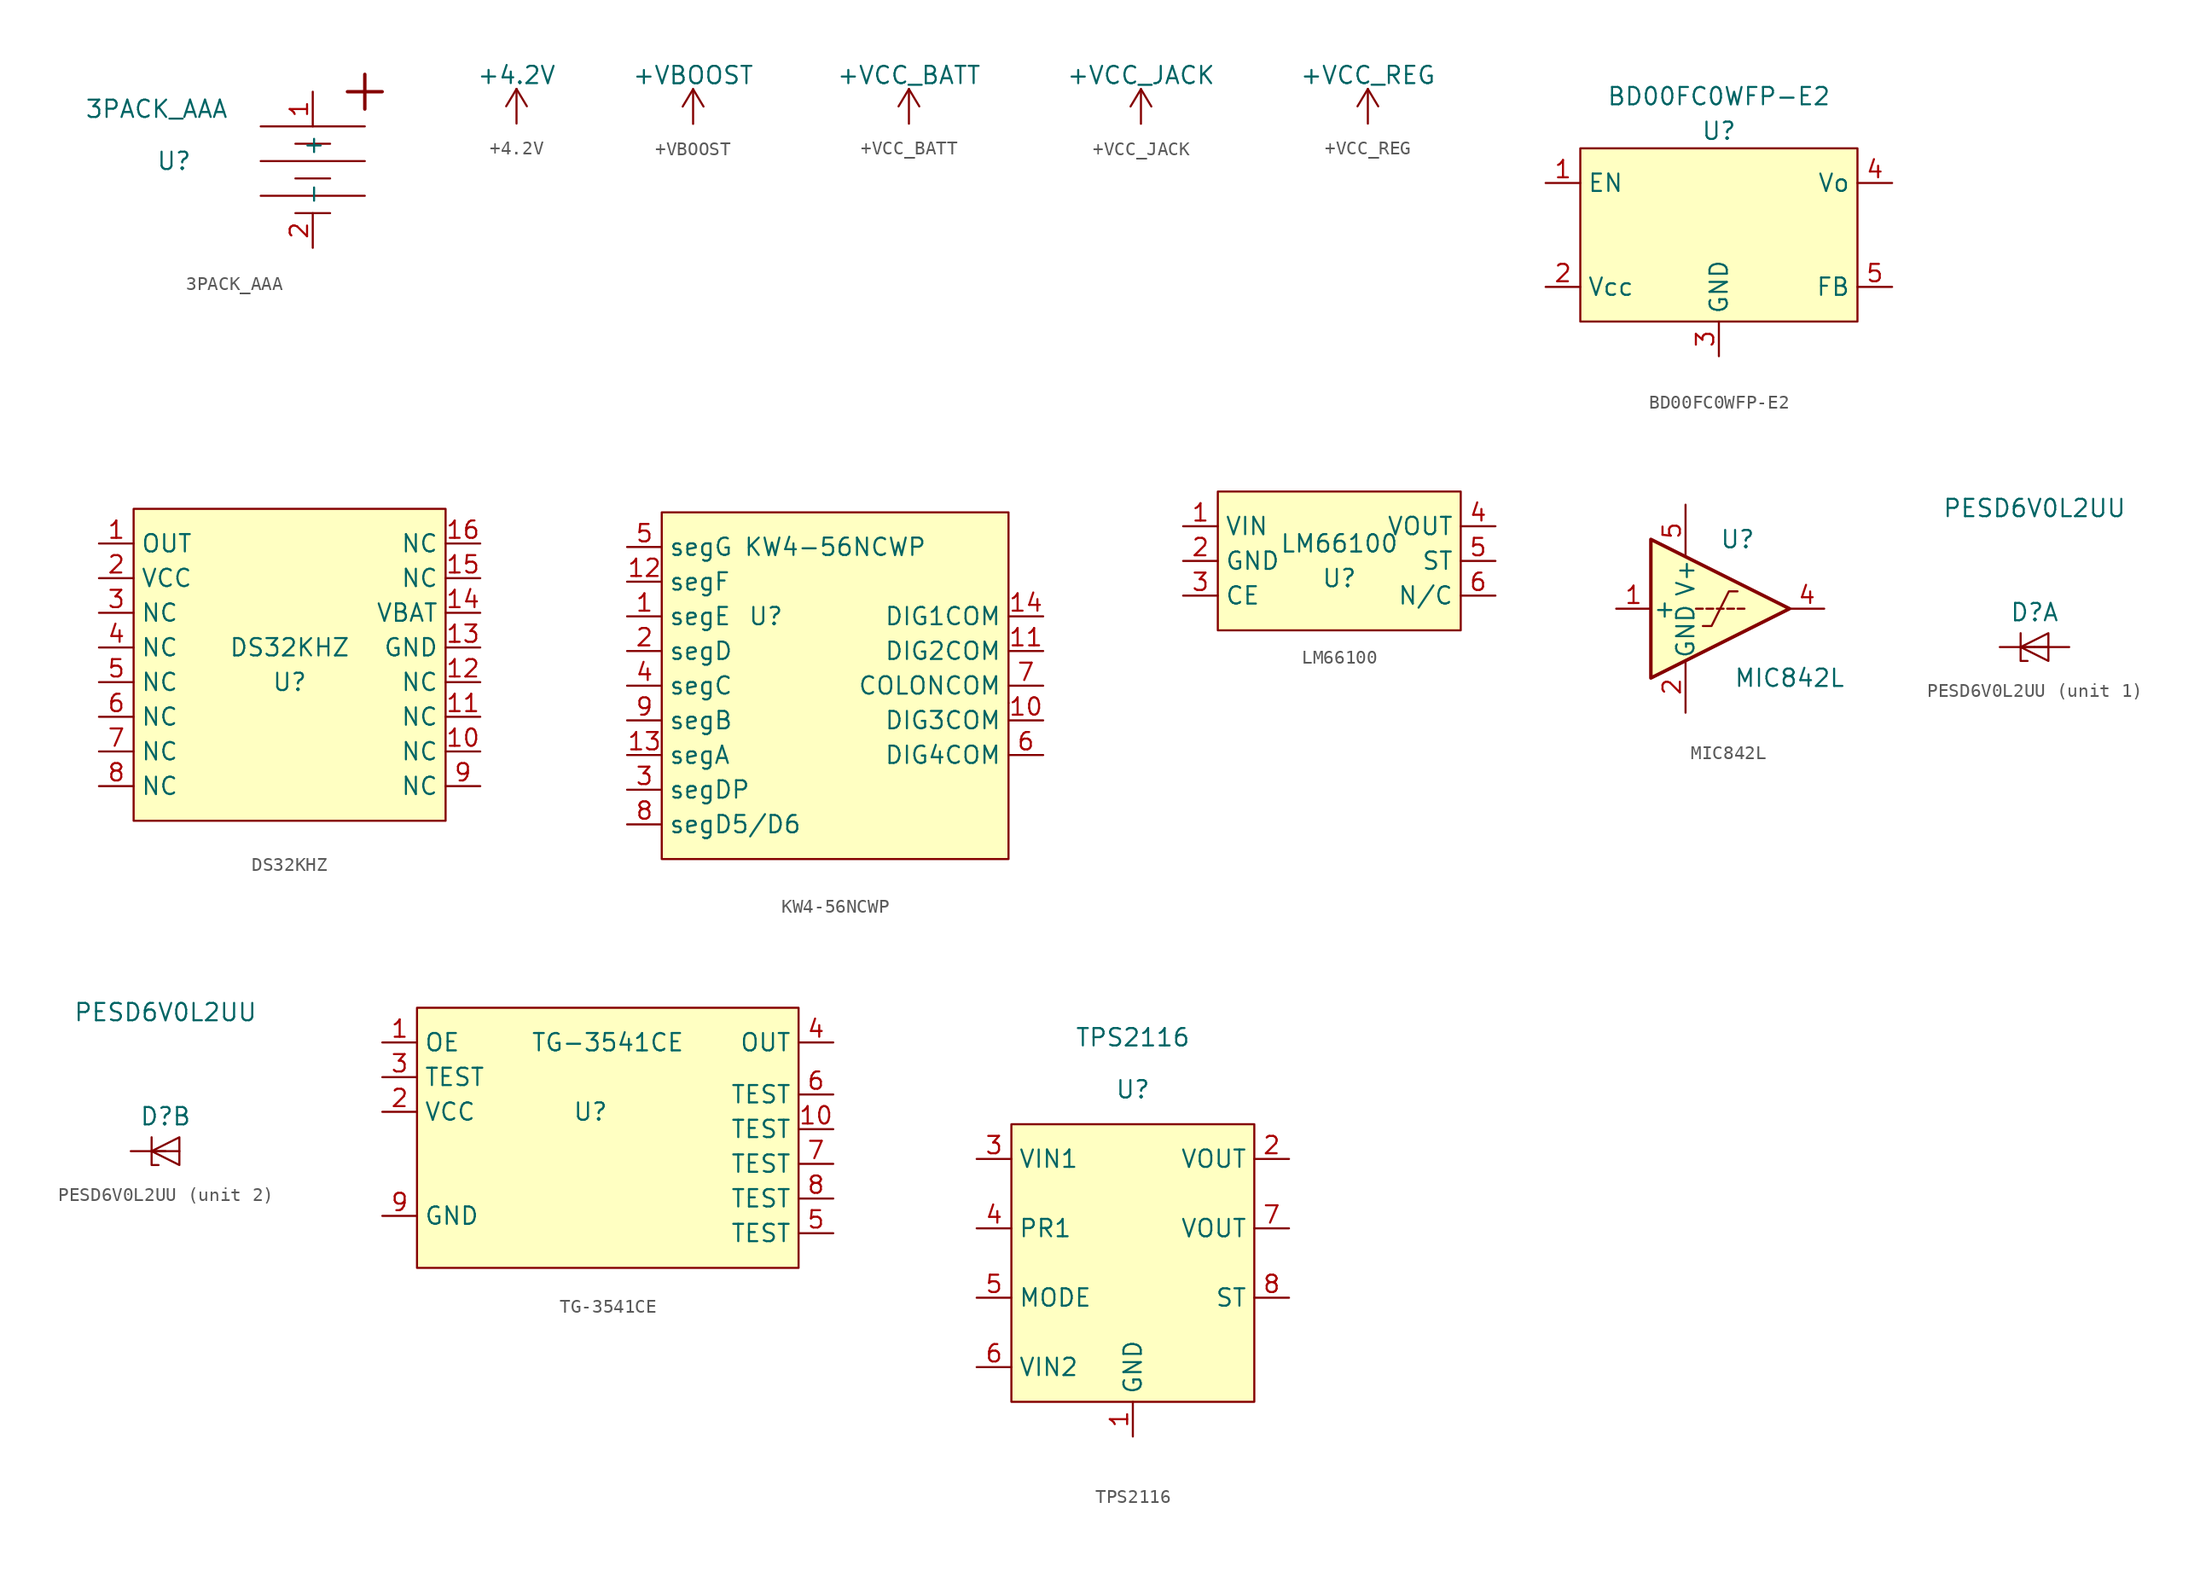
<source format=kicad_sym>
(kicad_symbol_lib
  (version 20211014)
  (generator kicad_symbol_editor)
  (symbol "3PACK_AAA"
    (property "Reference" "U"
      (at -5.08 -1.27 0)
      (effects (font (size 1.27 1.27))))
    (property "Value" "3PACK_AAA"
      (at -6.35 2.54 0)
      (effects (font (size 1.27 1.27))))
    (symbol "3PACK_AAA_0_1"
      (polyline (pts (xy 1.27 -3.81) (xy 8.89 -3.81)) (stroke (width 0) (type default) (color 0 0 0 0)) (fill (type none)))
      (polyline (pts (xy 1.27 -1.27) (xy 8.89 -1.27)) (stroke (width 0) (type default) (color 0 0 0 0)) (fill (type none)))
      (polyline (pts (xy 1.27 1.27) (xy 8.89 1.27)) (stroke (width 0) (type default) (color 0 0 0 0)) (fill (type none)))
      (polyline (pts (xy 3.81 -5.08) (xy 6.35 -5.08)) (stroke (width 0) (type default) (color 0 0 0 0)) (fill (type none)))
      (polyline (pts (xy 3.81 -2.54) (xy 6.35 -2.54)) (stroke (width 0) (type default) (color 0 0 0 0)) (fill (type none)))
      (polyline (pts (xy 3.81 0) (xy 6.35 0)) (stroke (width 0) (type default) (color 0 0 0 0)) (fill (type none)))
      (polyline (pts (xy 7.62 3.81) (xy 10.16 3.81)) (stroke (width 0.25) (type default) (color 0 0 0 0)) (fill (type none)))
      (polyline (pts (xy 8.89 2.54) (xy 8.89 5.08)) (stroke (width 0.25) (type default) (color 0 0 0 0)) (fill (type none))))
    (symbol "3PACK_AAA_1_1"
      (pin power_out line (at 5.08 3.81 270) (length 2.54) (name "+" (effects (font (size 1.27 1.27)))) (number "1" (effects (font (size 1.27 1.27)))))
      (pin passive line (at 5.08 -7.62 90) (length 2.54) (name "-" (effects (font (size 1.27 1.27)))) (number "2" (effects (font (size 1.27 1.27)))))))
  (symbol "+4.2V"
    (power)
    (pin_names
      (offset 0))
    (property "Reference" "#PWR"
      (at 0 -3.81 0)
      (effects (font (size 1.27 1.27)) hide))
    (property "Value" "+4.2V"
      (at 0 3.556 0)
      (effects (font (size 1.27 1.27))))
    (symbol "+4.2V_0_1"
      (polyline (pts (xy -0.762 1.27) (xy 0 2.54)) (stroke (width 0) (type default) (color 0 0 0 0)) (fill (type none)))
      (polyline (pts (xy 0 0) (xy 0 2.54)) (stroke (width 0) (type default) (color 0 0 0 0)) (fill (type none)))
      (polyline (pts (xy 0 2.54) (xy 0.762 1.27)) (stroke (width 0) (type default) (color 0 0 0 0)) (fill (type none))))
    (symbol "+4.2V_1_1"
      (pin power_in line (at 0 0 90) (length 0) hide (name "+4V" (effects (font (size 1.27 1.27)))) (number "1" (effects (font (size 1.27 1.27)))))))
  (symbol "+VBOOST"
    (power)
    (pin_names
      (offset 0))
    (property "Reference" "#PWR"
      (at 0 -3.81 0)
      (effects (font (size 1.27 1.27)) hide))
    (property "Value" "+VBOOST"
      (at 0 3.556 0)
      (effects (font (size 1.27 1.27))))
    (symbol "+VBOOST_0_1"
      (polyline (pts (xy -0.762 1.27) (xy 0 2.54)) (stroke (width 0) (type default) (color 0 0 0 0)) (fill (type none)))
      (polyline (pts (xy 0 0) (xy 0 2.54)) (stroke (width 0) (type default) (color 0 0 0 0)) (fill (type none)))
      (polyline (pts (xy 0 2.54) (xy 0.762 1.27)) (stroke (width 0) (type default) (color 0 0 0 0)) (fill (type none))))
    (symbol "+VBOOST_1_1"
      (pin power_in line (at 0 0 90) (length 0) hide (name "+4V" (effects (font (size 1.27 1.27)))) (number "1" (effects (font (size 1.27 1.27)))))))
  (symbol "+VCC_BATT"
    (power)
    (pin_names
      (offset 0))
    (property "Reference" "#PWR"
      (at 0 -3.81 0)
      (effects (font (size 1.27 1.27)) hide))
    (property "Value" "+VCC_BATT"
      (at 0 3.556 0)
      (effects (font (size 1.27 1.27))))
    (symbol "+VCC_BATT_0_1"
      (polyline (pts (xy -0.762 1.27) (xy 0 2.54)) (stroke (width 0) (type default) (color 0 0 0 0)) (fill (type none)))
      (polyline (pts (xy 0 0) (xy 0 2.54)) (stroke (width 0) (type default) (color 0 0 0 0)) (fill (type none)))
      (polyline (pts (xy 0 2.54) (xy 0.762 1.27)) (stroke (width 0) (type default) (color 0 0 0 0)) (fill (type none))))
    (symbol "+VCC_BATT_1_1"
      (pin power_in line (at 0 0 90) (length 0) hide (name "+VCC_BATT" (effects (font (size 1.27 1.27)))) (number "1" (effects (font (size 1.27 1.27)))))))
  (symbol "+VCC_JACK"
    (power)
    (pin_names
      (offset 0))
    (property "Reference" "#PWR"
      (at 0 -3.81 0)
      (effects (font (size 1.27 1.27)) hide))
    (property "Value" "+VCC_JACK"
      (at 0 3.556 0)
      (effects (font (size 1.27 1.27))))
    (symbol "+VCC_JACK_0_1"
      (polyline (pts (xy -0.762 1.27) (xy 0 2.54)) (stroke (width 0) (type default) (color 0 0 0 0)) (fill (type none)))
      (polyline (pts (xy 0 0) (xy 0 2.54)) (stroke (width 0) (type default) (color 0 0 0 0)) (fill (type none)))
      (polyline (pts (xy 0 2.54) (xy 0.762 1.27)) (stroke (width 0) (type default) (color 0 0 0 0)) (fill (type none))))
    (symbol "+VCC_JACK_1_1"
      (pin power_in line (at 0 0 90) (length 0) hide (name "+VCC_JACK" (effects (font (size 1.27 1.27)))) (number "1" (effects (font (size 1.27 1.27)))))))
  (symbol "+VCC_REG"
    (power)
    (pin_names
      (offset 0))
    (property "Reference" "#PWR"
      (at 0 -3.81 0)
      (effects (font (size 1.27 1.27)) hide))
    (property "Value" "+VCC_REG"
      (at 0 3.556 0)
      (effects (font (size 1.27 1.27))))
    (symbol "+VCC_REG_0_1"
      (polyline (pts (xy -0.762 1.27) (xy 0 2.54)) (stroke (width 0) (type default) (color 0 0 0 0)) (fill (type none)))
      (polyline (pts (xy 0 0) (xy 0 2.54)) (stroke (width 0) (type default) (color 0 0 0 0)) (fill (type none)))
      (polyline (pts (xy 0 2.54) (xy 0.762 1.27)) (stroke (width 0) (type default) (color 0 0 0 0)) (fill (type none))))
    (symbol "+VCC_REG_1_1"
      (pin power_in line (at 0 0 90) (length 0) hide (name "+VCC_REG" (effects (font (size 1.27 1.27)))) (number "1" (effects (font (size 1.27 1.27)))))))
  (symbol "BD00FC0WFP-E2"
    (property "Reference" "U"
      (at 0 10.16 0)
      (effects (font (size 1.27 1.27))))
    (property "Value" "BD00FC0WFP-E2"
      (at 0 12.7 0)
      (effects (font (size 1.27 1.27))))
    (symbol "BD00FC0WFP-E2_0_1"
      (rectangle (start -10.16 8.89) (end 10.16 -3.81) (stroke (width 0) (type default) (color 0 0 0 0)) (fill (type background))))
    (symbol "BD00FC0WFP-E2_1_1"
      (pin input line (at -12.7 6.35 0) (length 2.54) (name "EN" (effects (font (size 1.27 1.27)))) (number "1" (effects (font (size 1.27 1.27)))))
      (pin input line (at -12.7 -1.27 0) (length 2.54) (name "Vcc" (effects (font (size 1.27 1.27)))) (number "2" (effects (font (size 1.27 1.27)))))
      (pin input line (at 0 -6.35 90) (length 2.54) (name "GND" (effects (font (size 1.27 1.27)))) (number "3" (effects (font (size 1.27 1.27)))))
      (pin output line (at 12.7 6.35 180) (length 2.54) (name "Vo" (effects (font (size 1.27 1.27)))) (number "4" (effects (font (size 1.27 1.27)))))
      (pin output line (at 12.7 -1.27 180) (length 2.54) (name "FB" (effects (font (size 1.27 1.27)))) (number "5" (effects (font (size 1.27 1.27)))))))
  (symbol "DS32KHZ"
    (property "Reference" "U"
      (at 0 -5.08 0)
      (effects (font (size 1.27 1.27))))
    (property "Value" "DS32KHZ"
      (at 0 -2.54 0)
      (effects (font (size 1.27 1.27))))
    (symbol "DS32KHZ_0_1"
      (rectangle (start -11.43 7.62) (end 11.43 -15.24) (stroke (width 0) (type default) (color 0 0 0 0)) (fill (type background))))
    (symbol "DS32KHZ_1_1"
      (pin output line (at -13.97 5.08 0) (length 2.54) (name "OUT" (effects (font (size 1.27 1.27)))) (number "1" (effects (font (size 1.27 1.27)))))
      (pin passive line (at 13.97 -10.16 180) (length 2.54) (name "NC" (effects (font (size 1.27 1.27)))) (number "10" (effects (font (size 1.27 1.27)))))
      (pin passive line (at 13.97 -7.62 180) (length 2.54) (name "NC" (effects (font (size 1.27 1.27)))) (number "11" (effects (font (size 1.27 1.27)))))
      (pin passive line (at 13.97 -5.08 180) (length 2.54) (name "NC" (effects (font (size 1.27 1.27)))) (number "12" (effects (font (size 1.27 1.27)))))
      (pin power_in line (at 13.97 -2.54 180) (length 2.54) (name "GND" (effects (font (size 1.27 1.27)))) (number "13" (effects (font (size 1.27 1.27)))))
      (pin power_in line (at 13.97 0 180) (length 2.54) (name "VBAT" (effects (font (size 1.27 1.27)))) (number "14" (effects (font (size 1.27 1.27)))))
      (pin passive line (at 13.97 2.54 180) (length 2.54) (name "NC" (effects (font (size 1.27 1.27)))) (number "15" (effects (font (size 1.27 1.27)))))
      (pin passive line (at 13.97 5.08 180) (length 2.54) (name "NC" (effects (font (size 1.27 1.27)))) (number "16" (effects (font (size 1.27 1.27)))))
      (pin power_in line (at -13.97 2.54 0) (length 2.54) (name "VCC" (effects (font (size 1.27 1.27)))) (number "2" (effects (font (size 1.27 1.27)))))
      (pin passive line (at -13.97 0 0) (length 2.54) (name "NC" (effects (font (size 1.27 1.27)))) (number "3" (effects (font (size 1.27 1.27)))))
      (pin passive line (at -13.97 -2.54 0) (length 2.54) (name "NC" (effects (font (size 1.27 1.27)))) (number "4" (effects (font (size 1.27 1.27)))))
      (pin passive line (at -13.97 -5.08 0) (length 2.54) (name "NC" (effects (font (size 1.27 1.27)))) (number "5" (effects (font (size 1.27 1.27)))))
      (pin passive line (at -13.97 -7.62 0) (length 2.54) (name "NC" (effects (font (size 1.27 1.27)))) (number "6" (effects (font (size 1.27 1.27)))))
      (pin passive line (at -13.97 -10.16 0) (length 2.54) (name "NC" (effects (font (size 1.27 1.27)))) (number "7" (effects (font (size 1.27 1.27)))))
      (pin passive line (at -13.97 -12.7 0) (length 2.54) (name "NC" (effects (font (size 1.27 1.27)))) (number "8" (effects (font (size 1.27 1.27)))))
      (pin passive line (at 13.97 -12.7 180) (length 2.54) (name "NC" (effects (font (size 1.27 1.27)))) (number "9" (effects (font (size 1.27 1.27)))))))
  (symbol "KW4-56NCWP"
    (property "Reference" "U"
      (at -5.08 3.81 0)
      (effects (font (size 1.27 1.27))))
    (property "Value" "KW4-56NCWP"
      (at 0 8.89 0)
      (effects (font (size 1.27 1.27))))
    (symbol "KW4-56NCWP_0_1"
      (rectangle (start -12.7 11.43) (end 12.7 -13.97) (stroke (width 0) (type default) (color 0 0 0 0)) (fill (type background)))
      (rectangle (start 12.7 -2.54) (end 12.7 -2.54) (stroke (width 0) (type default) (color 0 0 0 0)) (fill (type none))))
    (symbol "KW4-56NCWP_1_1"
      (pin input line (at -15.24 3.81 0) (length 2.54) (name "segE" (effects (font (size 1.27 1.27)))) (number "1" (effects (font (size 1.27 1.27)))))
      (pin input line (at 15.24 -3.81 180) (length 2.54) (name "DIG3COM" (effects (font (size 1.27 1.27)))) (number "10" (effects (font (size 1.27 1.27)))))
      (pin input line (at 15.24 1.27 180) (length 2.54) (name "DIG2COM" (effects (font (size 1.27 1.27)))) (number "11" (effects (font (size 1.27 1.27)))))
      (pin input line (at -15.24 6.35 0) (length 2.54) (name "segF" (effects (font (size 1.27 1.27)))) (number "12" (effects (font (size 1.27 1.27)))))
      (pin input line (at -15.24 -6.35 0) (length 2.54) (name "segA" (effects (font (size 1.27 1.27)))) (number "13" (effects (font (size 1.27 1.27)))))
      (pin input line (at 15.24 3.81 180) (length 2.54) (name "DIG1COM" (effects (font (size 1.27 1.27)))) (number "14" (effects (font (size 1.27 1.27)))))
      (pin input line (at -15.24 1.27 0) (length 2.54) (name "segD" (effects (font (size 1.27 1.27)))) (number "2" (effects (font (size 1.27 1.27)))))
      (pin input line (at -15.24 -8.89 0) (length 2.54) (name "segDP" (effects (font (size 1.27 1.27)))) (number "3" (effects (font (size 1.27 1.27)))))
      (pin input line (at -15.24 -1.27 0) (length 2.54) (name "segC" (effects (font (size 1.27 1.27)))) (number "4" (effects (font (size 1.27 1.27)))))
      (pin input line (at -15.24 8.89 0) (length 2.54) (name "segG" (effects (font (size 1.27 1.27)))) (number "5" (effects (font (size 1.27 1.27)))))
      (pin input line (at 15.24 -6.35 180) (length 2.54) (name "DIG4COM" (effects (font (size 1.27 1.27)))) (number "6" (effects (font (size 1.27 1.27)))))
      (pin input line (at 15.24 -1.27 180) (length 2.54) (name "COLONCOM" (effects (font (size 1.27 1.27)))) (number "7" (effects (font (size 1.27 1.27)))))
      (pin input line (at -15.24 -11.43 0) (length 2.54) (name "segD5/D6" (effects (font (size 1.27 1.27)))) (number "8" (effects (font (size 1.27 1.27)))))
      (pin input line (at -15.24 -3.81 0) (length 2.54) (name "segB" (effects (font (size 1.27 1.27)))) (number "9" (effects (font (size 1.27 1.27)))))))
  (symbol "LM66100"
    (property "Reference" "U"
      (at 0 -1.27 0)
      (effects (font (size 1.27 1.27))))
    (property "Value" "LM66100"
      (at 0 1.27 0)
      (effects (font (size 1.27 1.27))))
    (symbol "LM66100_0_1"
      (rectangle (start -8.89 5.08) (end 8.89 -5.08) (stroke (width 0) (type default) (color 0 0 0 0)) (fill (type background))))
    (symbol "LM66100_1_1"
      (pin input line (at -11.43 2.54 0) (length 2.54) (name "VIN" (effects (font (size 1.27 1.27)))) (number "1" (effects (font (size 1.27 1.27)))))
      (pin input line (at -11.43 0 0) (length 2.54) (name "GND" (effects (font (size 1.27 1.27)))) (number "2" (effects (font (size 1.27 1.27)))))
      (pin input line (at -11.43 -2.54 0) (length 2.54) (name "CE" (effects (font (size 1.27 1.27)))) (number "3" (effects (font (size 1.27 1.27)))))
      (pin power_out line (at 11.43 2.54 180) (length 2.54) (name "VOUT" (effects (font (size 1.27 1.27)))) (number "4" (effects (font (size 1.27 1.27)))))
      (pin input line (at 11.43 0 180) (length 2.54) (name "ST" (effects (font (size 1.27 1.27)))) (number "5" (effects (font (size 1.27 1.27)))))
      (pin input line (at 11.43 -2.54 180) (length 2.54) (name "N/C" (effects (font (size 1.27 1.27)))) (number "6" (effects (font (size 1.27 1.27)))))))
  (symbol "MIC842L"
    (pin_names
      (offset 0.127))
    (property "Reference" "U"
      (at 3.81 5.08 0)
      (effects (font (size 1.27 1.27))))
    (property "Value" "MIC842L"
      (at 7.62 -5.08 0)
      (effects (font (size 1.27 1.27))))
    (symbol "MIC842L_0_1"
      (polyline (pts (xy 1.27 0) (xy 0.762 0)) (stroke (width 0) (type default) (color 0 0 0 0)) (fill (type none)))
      (polyline (pts (xy 2.032 0) (xy 1.524 0)) (stroke (width 0) (type default) (color 0 0 0 0)) (fill (type none)))
      (polyline (pts (xy 2.286 0) (xy 2.794 0)) (stroke (width 0) (type default) (color 0 0 0 0)) (fill (type none)))
      (polyline (pts (xy 3.048 0) (xy 3.556 0)) (stroke (width 0) (type default) (color 0 0 0 0)) (fill (type none)))
      (polyline (pts (xy 3.81 0) (xy 4.318 0)) (stroke (width 0) (type default) (color 0 0 0 0)) (fill (type none)))
      (polyline (pts (xy -2.54 5.08) (xy 7.62 0) (xy -2.54 -5.08) (xy -2.54 5.08)) (stroke (width 0.254) (type default) (color 0 0 0 0)) (fill (type background)))
      (polyline (pts (xy 1.27 -1.27) (xy 1.905 -1.27) (xy 3.175 1.27) (xy 3.81 1.27)) (stroke (width 0) (type default) (color 0 0 0 0)) (fill (type none))))
    (symbol "MIC842L_1_1"
      (pin input line (at -5.08 0 0) (length 2.54) (name "+" (effects (font (size 1.27 1.27)))) (number "1" (effects (font (size 1.27 1.27)))))
      (pin power_in line (at 0 -7.62 90) (length 3.81) (name "GND" (effects (font (size 1.27 1.27)))) (number "2" (effects (font (size 1.27 1.27)))))
      (pin no_connect line (at -5.08 -1.27 0) (length 2.54) hide (name "NIC" (effects (font (size 1.27 1.27)))) (number "3" (effects (font (size 1.27 1.27)))))
      (pin output line (at 10.16 0 180) (length 2.54) (name "~" (effects (font (size 1.27 1.27)))) (number "4" (effects (font (size 1.27 1.27)))))
      (pin power_in line (at 0 7.62 270) (length 3.81) (name "V+" (effects (font (size 1.27 1.27)))) (number "5" (effects (font (size 1.27 1.27)))))))
  (symbol "PESD6V0L2UU"
    (pin_numbers hide)
    (pin_names hide)
    (property "Reference" "D"
      (at 0 2.54 0)
      (effects (font (size 1.27 1.27))))
    (property "Value" "PESD6V0L2UU"
      (at 0 10.16 0)
      (effects (font (size 1.27 1.27))))
    (property "ki_locked" ""
      (at 0 0 0)
      (effects (font (size 1.27 1.27))))
    (symbol "PESD6V0L2UU_0_1"
      (polyline (pts (xy -1.016 0) (xy 1.016 0)) (stroke (width 0) (type default) (color 0 0 0 0)) (fill (type none)))
      (polyline (pts (xy -1.016 1.016) (xy -1.016 -1.016) (xy -0.508 -1.016)) (stroke (width 0) (type default) (color 0 0 0 0)) (fill (type none)))
      (polyline (pts (xy 1.016 1.016) (xy -1.016 0) (xy 1.016 -1.016) (xy 1.016 1.016)) (stroke (width 0) (type default) (color 0 0 0 0)) (fill (type none))))
    (symbol "PESD6V0L2UU_1_1"
      (pin passive line (at -2.54 0 0) (length 2.54) (name "K1" (effects (font (size 1.27 1.27)))) (number "1" (effects (font (size 1.27 1.27)))))
      (pin passive line (at 2.54 0 180) (length 2.54) (name "A" (effects (font (size 1.27 1.27)))) (number "2" (effects (font (size 1.27 1.27))))))
    (symbol "PESD6V0L2UU_2_1"
      (pin passive line (at -2.54 0 0) (length 2.54) (name "K2" (effects (font (size 1.27 1.27)))) (number "3" (effects (font (size 1.27 1.27)))))))
  (symbol "TG-3541CE"
    (property "Reference" "U"
      (at -1.27 1.27 0)
      (effects (font (size 1.27 1.27))))
    (property "Value" "TG-3541CE"
      (at 0 6.35 0)
      (effects (font (size 1.27 1.27))))
    (symbol "TG-3541CE_0_1"
      (rectangle (start -13.97 8.89) (end 13.97 -10.16) (stroke (width 0) (type default) (color 0 0 0 0)) (fill (type background))))
    (symbol "TG-3541CE_1_1"
      (pin input line (at -16.51 6.35 0) (length 2.54) (name "OE" (effects (font (size 1.27 1.27)))) (number "1" (effects (font (size 1.27 1.27)))))
      (pin input line (at 16.51 0 180) (length 2.54) (name "TEST" (effects (font (size 1.27 1.27)))) (number "10" (effects (font (size 1.27 1.27)))))
      (pin input line (at -16.51 1.27 0) (length 2.54) (name "VCC" (effects (font (size 1.27 1.27)))) (number "2" (effects (font (size 1.27 1.27)))))
      (pin input line (at -16.51 3.81 0) (length 2.54) (name "TEST" (effects (font (size 1.27 1.27)))) (number "3" (effects (font (size 1.27 1.27)))))
      (pin output line (at 16.51 6.35 180) (length 2.54) (name "OUT" (effects (font (size 1.27 1.27)))) (number "4" (effects (font (size 1.27 1.27)))))
      (pin input line (at 16.51 -7.62 180) (length 2.54) (name "TEST" (effects (font (size 1.27 1.27)))) (number "5" (effects (font (size 1.27 1.27)))))
      (pin input line (at 16.51 2.54 180) (length 2.54) (name "TEST" (effects (font (size 1.27 1.27)))) (number "6" (effects (font (size 1.27 1.27)))))
      (pin input line (at 16.51 -2.54 180) (length 2.54) (name "TEST" (effects (font (size 1.27 1.27)))) (number "7" (effects (font (size 1.27 1.27)))))
      (pin input line (at 16.51 -5.08 180) (length 2.54) (name "TEST" (effects (font (size 1.27 1.27)))) (number "8" (effects (font (size 1.27 1.27)))))
      (pin input line (at -16.51 -6.35 0) (length 2.54) (name "GND" (effects (font (size 1.27 1.27)))) (number "9" (effects (font (size 1.27 1.27)))))))
  (symbol "TPS2116"
    (property "Reference" "U"
      (at 0 0 0)
      (effects (font (size 1.27 1.27))))
    (property "Value" "TPS2116"
      (at 0 3.81 0)
      (effects (font (size 1.27 1.27))))
    (symbol "TPS2116_0_1"
      (rectangle (start -8.89 -2.54) (end 8.89 -22.86) (stroke (width 0) (type default) (color 0 0 0 0)) (fill (type background))))
    (symbol "TPS2116_1_1"
      (pin passive line (at 0 -25.4 90) (length 2.54) (name "GND" (effects (font (size 1.27 1.27)))) (number "1" (effects (font (size 1.27 1.27)))))
      (pin power_out line (at 11.43 -5.08 180) (length 2.54) (name "VOUT" (effects (font (size 1.27 1.27)))) (number "2" (effects (font (size 1.27 1.27)))))
      (pin passive line (at -11.43 -5.08 0) (length 2.54) (name "VIN1" (effects (font (size 1.27 1.27)))) (number "3" (effects (font (size 1.27 1.27)))))
      (pin passive line (at -11.43 -10.16 0) (length 2.54) (name "PR1" (effects (font (size 1.27 1.27)))) (number "4" (effects (font (size 1.27 1.27)))))
      (pin passive line (at -11.43 -15.24 0) (length 2.54) (name "MODE" (effects (font (size 1.27 1.27)))) (number "5" (effects (font (size 1.27 1.27)))))
      (pin passive line (at -11.43 -20.32 0) (length 2.54) (name "VIN2" (effects (font (size 1.27 1.27)))) (number "6" (effects (font (size 1.27 1.27)))))
      (pin passive line (at 11.43 -10.16 180) (length 2.54) (name "VOUT" (effects (font (size 1.27 1.27)))) (number "7" (effects (font (size 1.27 1.27)))))
      (pin passive line (at 11.43 -15.24 180) (length 2.54) (name "ST" (effects (font (size 1.27 1.27)))) (number "8" (effects (font (size 1.27 1.27))))))))
</source>
